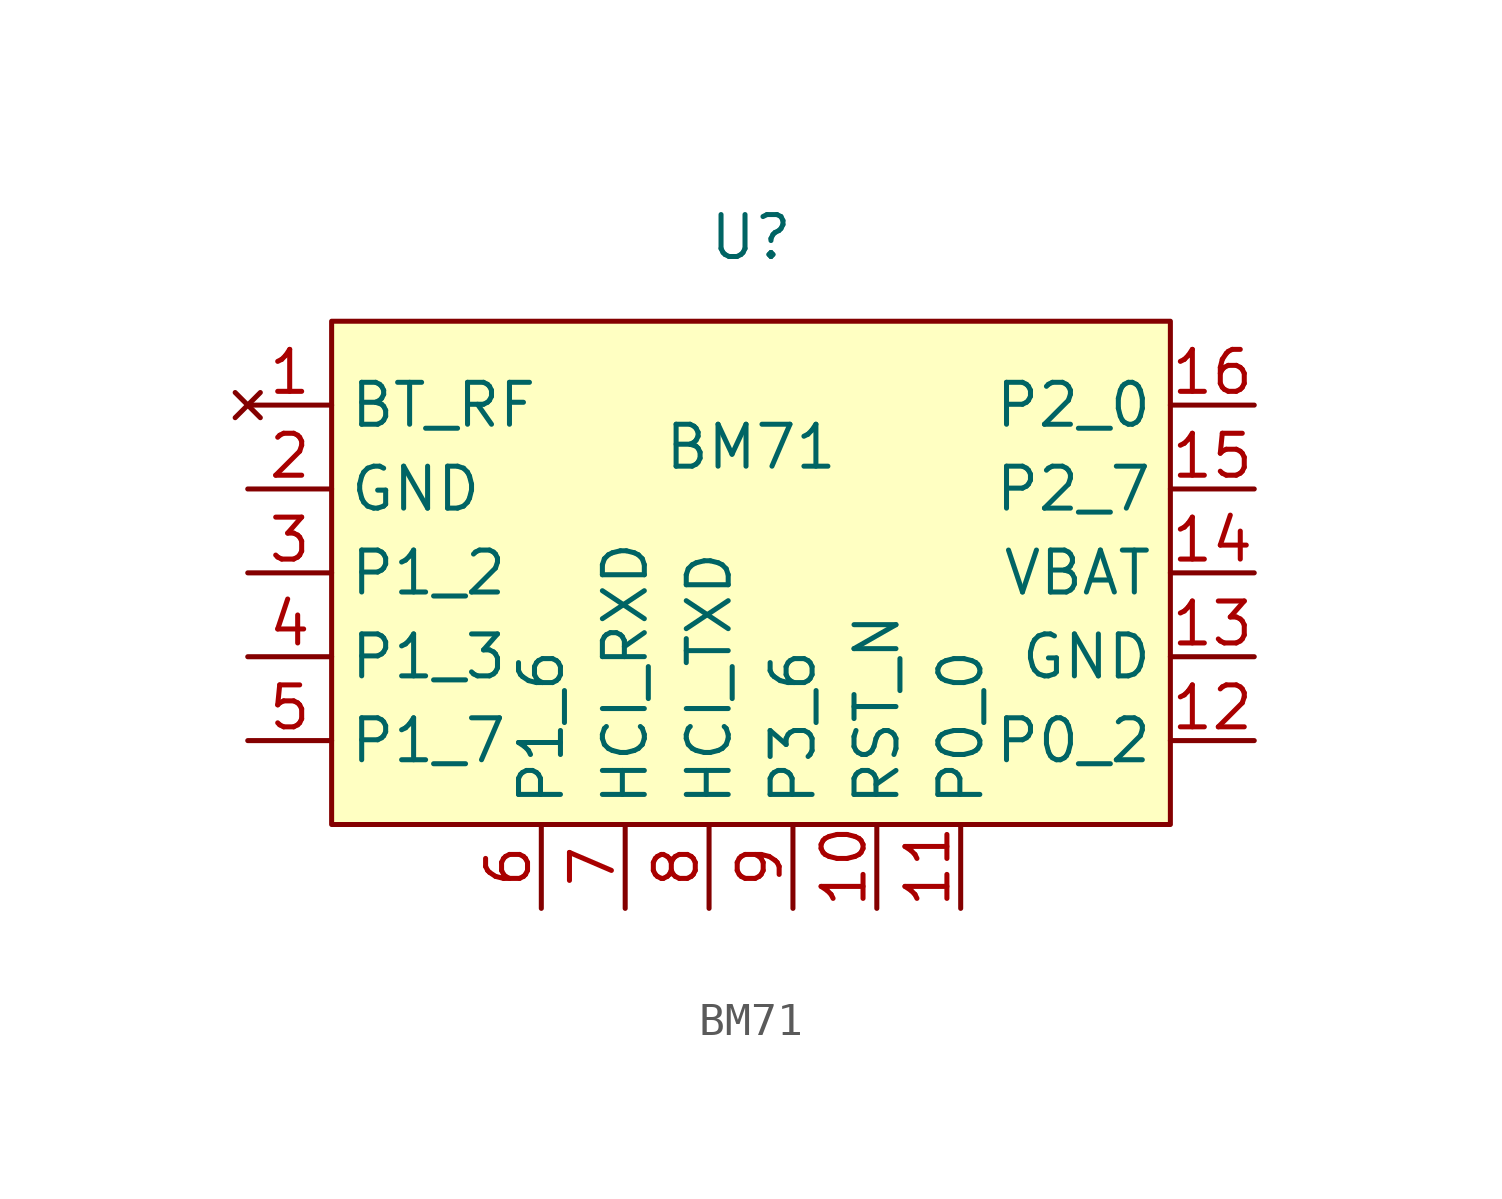
<source format=kicad_sym>
(kicad_symbol_lib
  (version 20211014)
  (generator kicad_symbol_editor)
  (symbol "BM71"
    (property "Reference" "U"
      (at 0 10.16 0)
      (effects (font (size 1.27 1.27))))
    (property "Value" "BM71"
      (at 0 3.81 0)
      (effects (font (size 1.27 1.27))))
    (symbol "BM71_0_0"
      (pin no_connect line (at -15.24 5.08 0) (length 2.54) (name "BT_RF" (effects (font (size 1.27 1.27)))) (number "1" (effects (font (size 1.27 1.27)))))
      (pin passive line (at 3.81 -10.16 90) (length 2.54) (name "RST_N" (effects (font (size 1.27 1.27)))) (number "10" (effects (font (size 1.27 1.27)))))
      (pin passive line (at 6.35 -10.16 90) (length 2.54) (name "P0_0" (effects (font (size 1.27 1.27)))) (number "11" (effects (font (size 1.27 1.27)))))
      (pin passive line (at 15.24 -5.08 180) (length 2.54) (name "P0_2" (effects (font (size 1.27 1.27)))) (number "12" (effects (font (size 1.27 1.27)))))
      (pin power_in line (at 15.24 -2.54 180) (length 2.54) (name "GND" (effects (font (size 1.27 1.27)))) (number "13" (effects (font (size 1.27 1.27)))))
      (pin power_in line (at 15.24 0 180) (length 2.54) (name "VBAT" (effects (font (size 1.27 1.27)))) (number "14" (effects (font (size 1.27 1.27)))))
      (pin passive line (at 15.24 2.54 180) (length 2.54) (name "P2_7" (effects (font (size 1.27 1.27)))) (number "15" (effects (font (size 1.27 1.27)))))
      (pin passive line (at 15.24 5.08 180) (length 2.54) (name "P2_0" (effects (font (size 1.27 1.27)))) (number "16" (effects (font (size 1.27 1.27)))))
      (pin power_in line (at -15.24 2.54 0) (length 2.54) (name "GND" (effects (font (size 1.27 1.27)))) (number "2" (effects (font (size 1.27 1.27)))))
      (pin passive line (at -15.24 0 0) (length 2.54) (name "P1_2" (effects (font (size 1.27 1.27)))) (number "3" (effects (font (size 1.27 1.27)))))
      (pin passive line (at -15.24 -2.54 0) (length 2.54) (name "P1_3" (effects (font (size 1.27 1.27)))) (number "4" (effects (font (size 1.27 1.27)))))
      (pin passive line (at -15.24 -5.08 0) (length 2.54) (name "P1_7" (effects (font (size 1.27 1.27)))) (number "5" (effects (font (size 1.27 1.27)))))
      (pin passive line (at -6.35 -10.16 90) (length 2.54) (name "P1_6" (effects (font (size 1.27 1.27)))) (number "6" (effects (font (size 1.27 1.27)))))
      (pin passive line (at -3.81 -10.16 90) (length 2.54) (name "HCI_RXD" (effects (font (size 1.27 1.27)))) (number "7" (effects (font (size 1.27 1.27)))))
      (pin passive line (at -1.27 -10.16 90) (length 2.54) (name "HCI_TXD" (effects (font (size 1.27 1.27)))) (number "8" (effects (font (size 1.27 1.27)))))
      (pin passive line (at 1.27 -10.16 90) (length 2.54) (name "P3_6" (effects (font (size 1.27 1.27)))) (number "9" (effects (font (size 1.27 1.27))))))
    (symbol "BM71_0_1"
      (rectangle (start -12.7 7.62) (end 12.7 -7.62) (stroke (width 0) (type default) (color 0 0 0 0)) (fill (type background))))))
</source>
